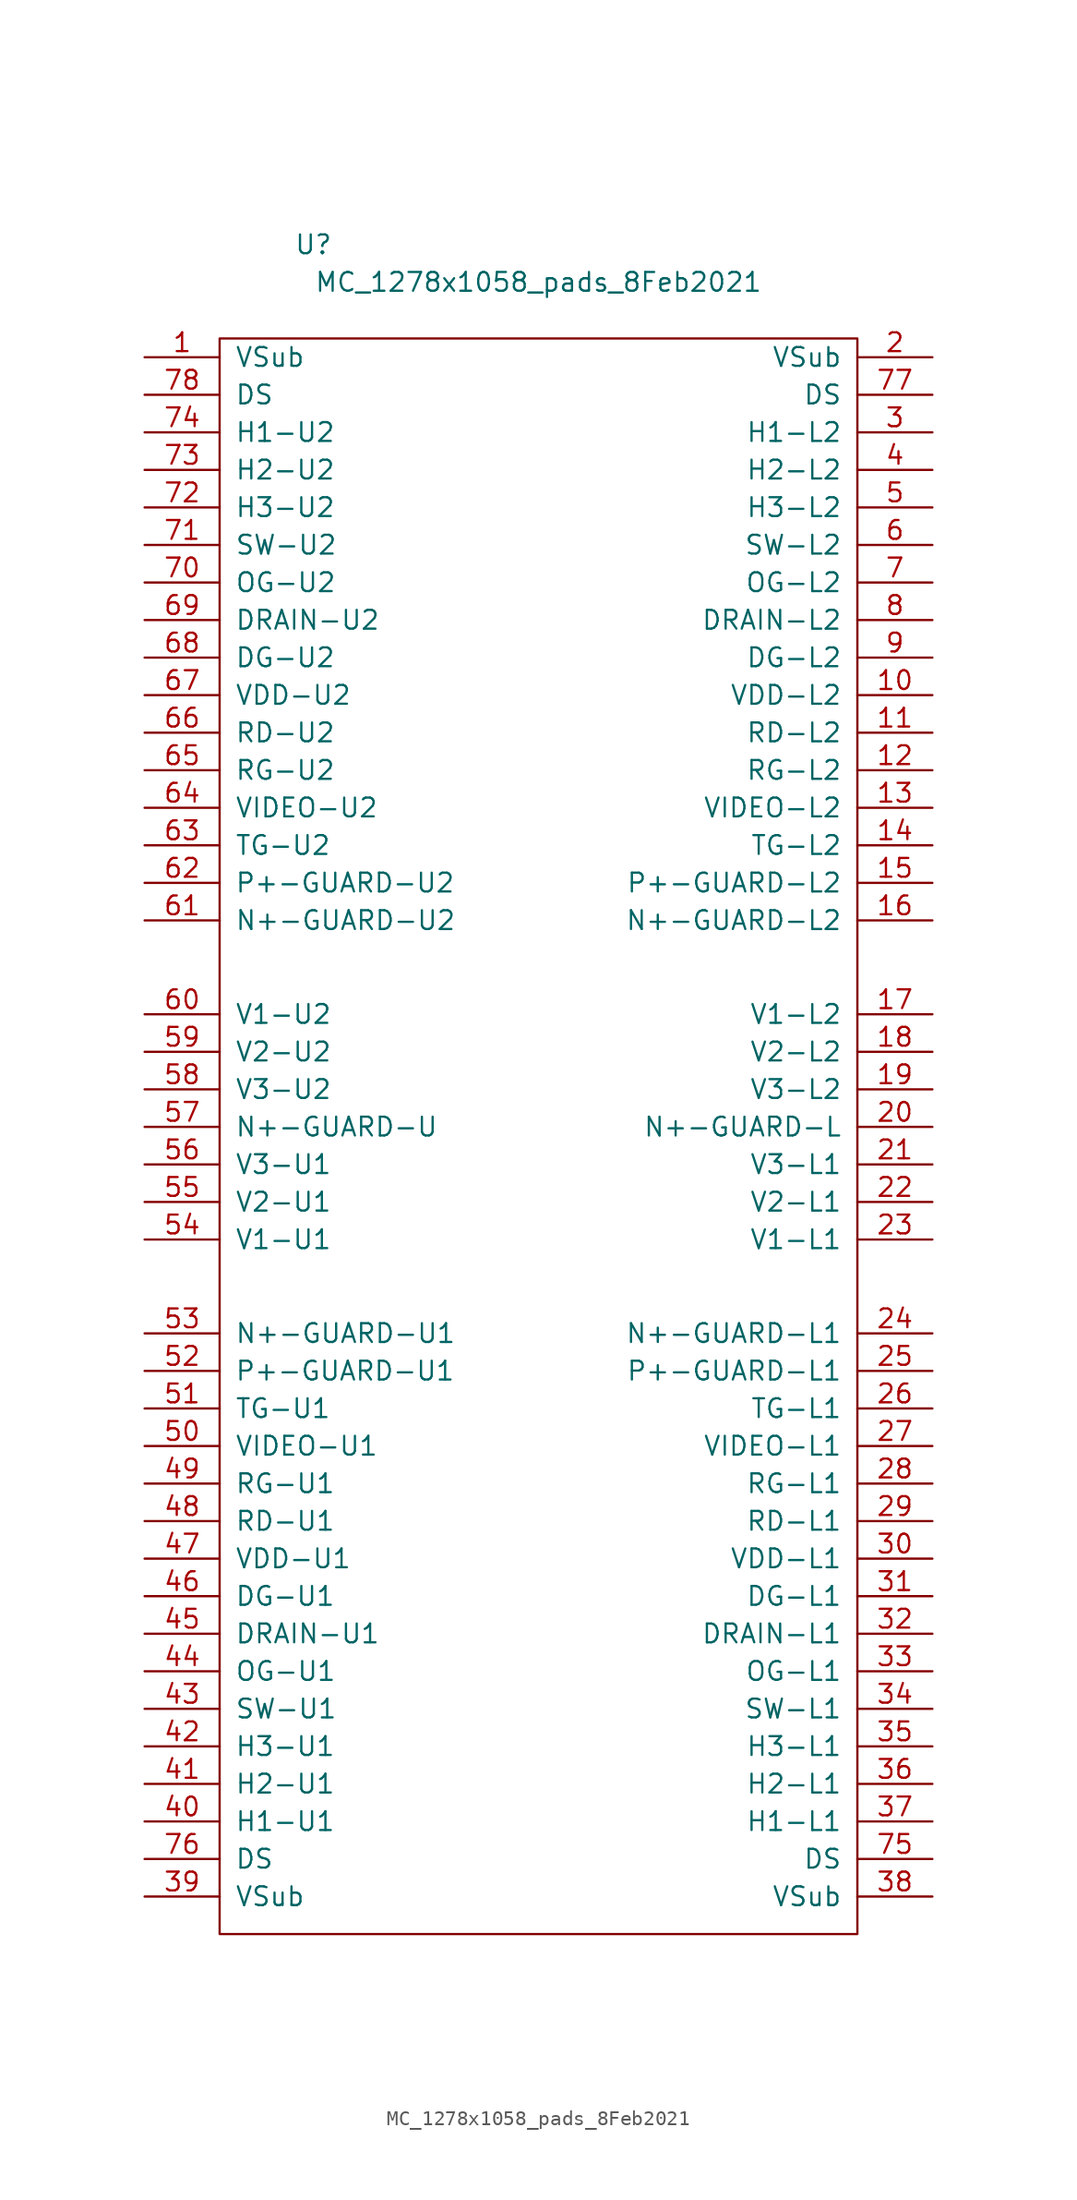
<source format=kicad_sym>
(kicad_symbol_lib
  (version 20220914)
  (generator kicad_symbol_editor)
  (symbol "MC_1278x1058_pads_8Feb2021"
    (pin_names
      (offset 1.016))
    (property "Reference" "U"
      (at -15.24 59.69 0)
      (effects (font (size 1.27 1.27))))
    (property "Value" "MC_1278x1058_pads_8Feb2021"
      (at 0 57.15 0)
      (effects (font (size 1.27 1.27))))
    (symbol "MC_1278x1058_pads_8Feb2021_0_1"
      (rectangle (start -21.59 53.34) (end 21.59 -54.61) (stroke (width 0) (type default)) (fill (type none))))
    (symbol "MC_1278x1058_pads_8Feb2021_1_1"
      (pin bidirectional line (at -26.67 52.07 0) (length 5.08) (name "VSub" (effects (font (size 1.27 1.27)))) (number "1" (effects (font (size 1.27 1.27)))))
      (pin bidirectional line (at 26.67 29.21 180) (length 5.08) (name "VDD-L2" (effects (font (size 1.27 1.27)))) (number "10" (effects (font (size 1.27 1.27)))))
      (pin bidirectional line (at 26.67 26.67 180) (length 5.08) (name "RD-L2" (effects (font (size 1.27 1.27)))) (number "11" (effects (font (size 1.27 1.27)))))
      (pin bidirectional line (at 26.67 24.13 180) (length 5.08) (name "RG-L2" (effects (font (size 1.27 1.27)))) (number "12" (effects (font (size 1.27 1.27)))))
      (pin bidirectional line (at 26.67 21.59 180) (length 5.08) (name "VIDEO-L2" (effects (font (size 1.27 1.27)))) (number "13" (effects (font (size 1.27 1.27)))))
      (pin bidirectional line (at 26.67 19.05 180) (length 5.08) (name "TG-L2" (effects (font (size 1.27 1.27)))) (number "14" (effects (font (size 1.27 1.27)))))
      (pin bidirectional line (at 26.67 16.51 180) (length 5.08) (name "P+-GUARD-L2" (effects (font (size 1.27 1.27)))) (number "15" (effects (font (size 1.27 1.27)))))
      (pin bidirectional line (at 26.67 13.97 180) (length 5.08) (name "N+-GUARD-L2" (effects (font (size 1.27 1.27)))) (number "16" (effects (font (size 1.27 1.27)))))
      (pin bidirectional line (at 26.67 7.62 180) (length 5.08) (name "V1-L2" (effects (font (size 1.27 1.27)))) (number "17" (effects (font (size 1.27 1.27)))))
      (pin bidirectional line (at 26.67 5.08 180) (length 5.08) (name "V2-L2" (effects (font (size 1.27 1.27)))) (number "18" (effects (font (size 1.27 1.27)))))
      (pin bidirectional line (at 26.67 2.54 180) (length 5.08) (name "V3-L2" (effects (font (size 1.27 1.27)))) (number "19" (effects (font (size 1.27 1.27)))))
      (pin bidirectional line (at 26.67 52.07 180) (length 5.08) (name "VSub" (effects (font (size 1.27 1.27)))) (number "2" (effects (font (size 1.27 1.27)))))
      (pin bidirectional line (at 26.67 0 180) (length 5.08) (name "N+-GUARD-L" (effects (font (size 1.27 1.27)))) (number "20" (effects (font (size 1.27 1.27)))))
      (pin bidirectional line (at 26.67 -2.54 180) (length 5.08) (name "V3-L1" (effects (font (size 1.27 1.27)))) (number "21" (effects (font (size 1.27 1.27)))))
      (pin bidirectional line (at 26.67 -5.08 180) (length 5.08) (name "V2-L1" (effects (font (size 1.27 1.27)))) (number "22" (effects (font (size 1.27 1.27)))))
      (pin bidirectional line (at 26.67 -7.62 180) (length 5.08) (name "V1-L1" (effects (font (size 1.27 1.27)))) (number "23" (effects (font (size 1.27 1.27)))))
      (pin bidirectional line (at 26.67 -13.97 180) (length 5.08) (name "N+-GUARD-L1" (effects (font (size 1.27 1.27)))) (number "24" (effects (font (size 1.27 1.27)))))
      (pin bidirectional line (at 26.67 -16.51 180) (length 5.08) (name "P+-GUARD-L1" (effects (font (size 1.27 1.27)))) (number "25" (effects (font (size 1.27 1.27)))))
      (pin bidirectional line (at 26.67 -19.05 180) (length 5.08) (name "TG-L1" (effects (font (size 1.27 1.27)))) (number "26" (effects (font (size 1.27 1.27)))))
      (pin bidirectional line (at 26.67 -21.59 180) (length 5.08) (name "VIDEO-L1" (effects (font (size 1.27 1.27)))) (number "27" (effects (font (size 1.27 1.27)))))
      (pin bidirectional line (at 26.67 -24.13 180) (length 5.08) (name "RG-L1" (effects (font (size 1.27 1.27)))) (number "28" (effects (font (size 1.27 1.27)))))
      (pin bidirectional line (at 26.67 -26.67 180) (length 5.08) (name "RD-L1" (effects (font (size 1.27 1.27)))) (number "29" (effects (font (size 1.27 1.27)))))
      (pin bidirectional line (at 26.67 46.99 180) (length 5.08) (name "H1-L2" (effects (font (size 1.27 1.27)))) (number "3" (effects (font (size 1.27 1.27)))))
      (pin bidirectional line (at 26.67 -29.21 180) (length 5.08) (name "VDD-L1" (effects (font (size 1.27 1.27)))) (number "30" (effects (font (size 1.27 1.27)))))
      (pin bidirectional line (at 26.67 -31.75 180) (length 5.08) (name "DG-L1" (effects (font (size 1.27 1.27)))) (number "31" (effects (font (size 1.27 1.27)))))
      (pin bidirectional line (at 26.67 -34.29 180) (length 5.08) (name "DRAIN-L1" (effects (font (size 1.27 1.27)))) (number "32" (effects (font (size 1.27 1.27)))))
      (pin bidirectional line (at 26.67 -36.83 180) (length 5.08) (name "OG-L1" (effects (font (size 1.27 1.27)))) (number "33" (effects (font (size 1.27 1.27)))))
      (pin bidirectional line (at 26.67 -39.37 180) (length 5.08) (name "SW-L1" (effects (font (size 1.27 1.27)))) (number "34" (effects (font (size 1.27 1.27)))))
      (pin bidirectional line (at 26.67 -41.91 180) (length 5.08) (name "H3-L1" (effects (font (size 1.27 1.27)))) (number "35" (effects (font (size 1.27 1.27)))))
      (pin bidirectional line (at 26.67 -44.45 180) (length 5.08) (name "H2-L1" (effects (font (size 1.27 1.27)))) (number "36" (effects (font (size 1.27 1.27)))))
      (pin bidirectional line (at 26.67 -46.99 180) (length 5.08) (name "H1-L1" (effects (font (size 1.27 1.27)))) (number "37" (effects (font (size 1.27 1.27)))))
      (pin bidirectional line (at 26.67 -52.07 180) (length 5.08) (name "VSub" (effects (font (size 1.27 1.27)))) (number "38" (effects (font (size 1.27 1.27)))))
      (pin bidirectional line (at -26.67 -52.07 0) (length 5.08) (name "VSub" (effects (font (size 1.27 1.27)))) (number "39" (effects (font (size 1.27 1.27)))))
      (pin bidirectional line (at 26.67 44.45 180) (length 5.08) (name "H2-L2" (effects (font (size 1.27 1.27)))) (number "4" (effects (font (size 1.27 1.27)))))
      (pin bidirectional line (at -26.67 -46.99 0) (length 5.08) (name "H1-U1" (effects (font (size 1.27 1.27)))) (number "40" (effects (font (size 1.27 1.27)))))
      (pin bidirectional line (at -26.67 -44.45 0) (length 5.08) (name "H2-U1" (effects (font (size 1.27 1.27)))) (number "41" (effects (font (size 1.27 1.27)))))
      (pin bidirectional line (at -26.67 -41.91 0) (length 5.08) (name "H3-U1" (effects (font (size 1.27 1.27)))) (number "42" (effects (font (size 1.27 1.27)))))
      (pin bidirectional line (at -26.67 -39.37 0) (length 5.08) (name "SW-U1" (effects (font (size 1.27 1.27)))) (number "43" (effects (font (size 1.27 1.27)))))
      (pin bidirectional line (at -26.67 -36.83 0) (length 5.08) (name "OG-U1" (effects (font (size 1.27 1.27)))) (number "44" (effects (font (size 1.27 1.27)))))
      (pin bidirectional line (at -26.67 -34.29 0) (length 5.08) (name "DRAIN-U1" (effects (font (size 1.27 1.27)))) (number "45" (effects (font (size 1.27 1.27)))))
      (pin bidirectional line (at -26.67 -31.75 0) (length 5.08) (name "DG-U1" (effects (font (size 1.27 1.27)))) (number "46" (effects (font (size 1.27 1.27)))))
      (pin bidirectional line (at -26.67 -29.21 0) (length 5.08) (name "VDD-U1" (effects (font (size 1.27 1.27)))) (number "47" (effects (font (size 1.27 1.27)))))
      (pin bidirectional line (at -26.67 -26.67 0) (length 5.08) (name "RD-U1" (effects (font (size 1.27 1.27)))) (number "48" (effects (font (size 1.27 1.27)))))
      (pin bidirectional line (at -26.67 -24.13 0) (length 5.08) (name "RG-U1" (effects (font (size 1.27 1.27)))) (number "49" (effects (font (size 1.27 1.27)))))
      (pin bidirectional line (at 26.67 41.91 180) (length 5.08) (name "H3-L2" (effects (font (size 1.27 1.27)))) (number "5" (effects (font (size 1.27 1.27)))))
      (pin bidirectional line (at -26.67 -21.59 0) (length 5.08) (name "VIDEO-U1" (effects (font (size 1.27 1.27)))) (number "50" (effects (font (size 1.27 1.27)))))
      (pin bidirectional line (at -26.67 -19.05 0) (length 5.08) (name "TG-U1" (effects (font (size 1.27 1.27)))) (number "51" (effects (font (size 1.27 1.27)))))
      (pin bidirectional line (at -26.67 -16.51 0) (length 5.08) (name "P+-GUARD-U1" (effects (font (size 1.27 1.27)))) (number "52" (effects (font (size 1.27 1.27)))))
      (pin bidirectional line (at -26.67 -13.97 0) (length 5.08) (name "N+-GUARD-U1" (effects (font (size 1.27 1.27)))) (number "53" (effects (font (size 1.27 1.27)))))
      (pin bidirectional line (at -26.67 -7.62 0) (length 5.08) (name "V1-U1" (effects (font (size 1.27 1.27)))) (number "54" (effects (font (size 1.27 1.27)))))
      (pin bidirectional line (at -26.67 -5.08 0) (length 5.08) (name "V2-U1" (effects (font (size 1.27 1.27)))) (number "55" (effects (font (size 1.27 1.27)))))
      (pin bidirectional line (at -26.67 -2.54 0) (length 5.08) (name "V3-U1" (effects (font (size 1.27 1.27)))) (number "56" (effects (font (size 1.27 1.27)))))
      (pin bidirectional line (at -26.67 0 0) (length 5.08) (name "N+-GUARD-U" (effects (font (size 1.27 1.27)))) (number "57" (effects (font (size 1.27 1.27)))))
      (pin bidirectional line (at -26.67 2.54 0) (length 5.08) (name "V3-U2" (effects (font (size 1.27 1.27)))) (number "58" (effects (font (size 1.27 1.27)))))
      (pin bidirectional line (at -26.67 5.08 0) (length 5.08) (name "V2-U2" (effects (font (size 1.27 1.27)))) (number "59" (effects (font (size 1.27 1.27)))))
      (pin bidirectional line (at 26.67 39.37 180) (length 5.08) (name "SW-L2" (effects (font (size 1.27 1.27)))) (number "6" (effects (font (size 1.27 1.27)))))
      (pin bidirectional line (at -26.67 7.62 0) (length 5.08) (name "V1-U2" (effects (font (size 1.27 1.27)))) (number "60" (effects (font (size 1.27 1.27)))))
      (pin bidirectional line (at -26.67 13.97 0) (length 5.08) (name "N+-GUARD-U2" (effects (font (size 1.27 1.27)))) (number "61" (effects (font (size 1.27 1.27)))))
      (pin bidirectional line (at -26.67 16.51 0) (length 5.08) (name "P+-GUARD-U2" (effects (font (size 1.27 1.27)))) (number "62" (effects (font (size 1.27 1.27)))))
      (pin bidirectional line (at -26.67 19.05 0) (length 5.08) (name "TG-U2" (effects (font (size 1.27 1.27)))) (number "63" (effects (font (size 1.27 1.27)))))
      (pin bidirectional line (at -26.67 21.59 0) (length 5.08) (name "VIDEO-U2" (effects (font (size 1.27 1.27)))) (number "64" (effects (font (size 1.27 1.27)))))
      (pin bidirectional line (at -26.67 24.13 0) (length 5.08) (name "RG-U2" (effects (font (size 1.27 1.27)))) (number "65" (effects (font (size 1.27 1.27)))))
      (pin bidirectional line (at -26.67 26.67 0) (length 5.08) (name "RD-U2" (effects (font (size 1.27 1.27)))) (number "66" (effects (font (size 1.27 1.27)))))
      (pin bidirectional line (at -26.67 29.21 0) (length 5.08) (name "VDD-U2" (effects (font (size 1.27 1.27)))) (number "67" (effects (font (size 1.27 1.27)))))
      (pin bidirectional line (at -26.67 31.75 0) (length 5.08) (name "DG-U2" (effects (font (size 1.27 1.27)))) (number "68" (effects (font (size 1.27 1.27)))))
      (pin bidirectional line (at -26.67 34.29 0) (length 5.08) (name "DRAIN-U2" (effects (font (size 1.27 1.27)))) (number "69" (effects (font (size 1.27 1.27)))))
      (pin bidirectional line (at 26.67 36.83 180) (length 5.08) (name "OG-L2" (effects (font (size 1.27 1.27)))) (number "7" (effects (font (size 1.27 1.27)))))
      (pin bidirectional line (at -26.67 36.83 0) (length 5.08) (name "OG-U2" (effects (font (size 1.27 1.27)))) (number "70" (effects (font (size 1.27 1.27)))))
      (pin bidirectional line (at -26.67 39.37 0) (length 5.08) (name "SW-U2" (effects (font (size 1.27 1.27)))) (number "71" (effects (font (size 1.27 1.27)))))
      (pin bidirectional line (at -26.67 41.91 0) (length 5.08) (name "H3-U2" (effects (font (size 1.27 1.27)))) (number "72" (effects (font (size 1.27 1.27)))))
      (pin bidirectional line (at -26.67 44.45 0) (length 5.08) (name "H2-U2" (effects (font (size 1.27 1.27)))) (number "73" (effects (font (size 1.27 1.27)))))
      (pin bidirectional line (at -26.67 46.99 0) (length 5.08) (name "H1-U2" (effects (font (size 1.27 1.27)))) (number "74" (effects (font (size 1.27 1.27)))))
      (pin bidirectional line (at 26.67 -49.53 180) (length 5.08) (name "DS" (effects (font (size 1.27 1.27)))) (number "75" (effects (font (size 1.27 1.27)))))
      (pin bidirectional line (at -26.67 -49.53 0) (length 5.08) (name "DS" (effects (font (size 1.27 1.27)))) (number "76" (effects (font (size 1.27 1.27)))))
      (pin bidirectional line (at 26.67 49.53 180) (length 5.08) (name "DS" (effects (font (size 1.27 1.27)))) (number "77" (effects (font (size 1.27 1.27)))))
      (pin bidirectional line (at -26.67 49.53 0) (length 5.08) (name "DS" (effects (font (size 1.27 1.27)))) (number "78" (effects (font (size 1.27 1.27)))))
      (pin bidirectional line (at 26.67 34.29 180) (length 5.08) (name "DRAIN-L2" (effects (font (size 1.27 1.27)))) (number "8" (effects (font (size 1.27 1.27)))))
      (pin bidirectional line (at 26.67 31.75 180) (length 5.08) (name "DG-L2" (effects (font (size 1.27 1.27)))) (number "9" (effects (font (size 1.27 1.27))))))))
</source>
